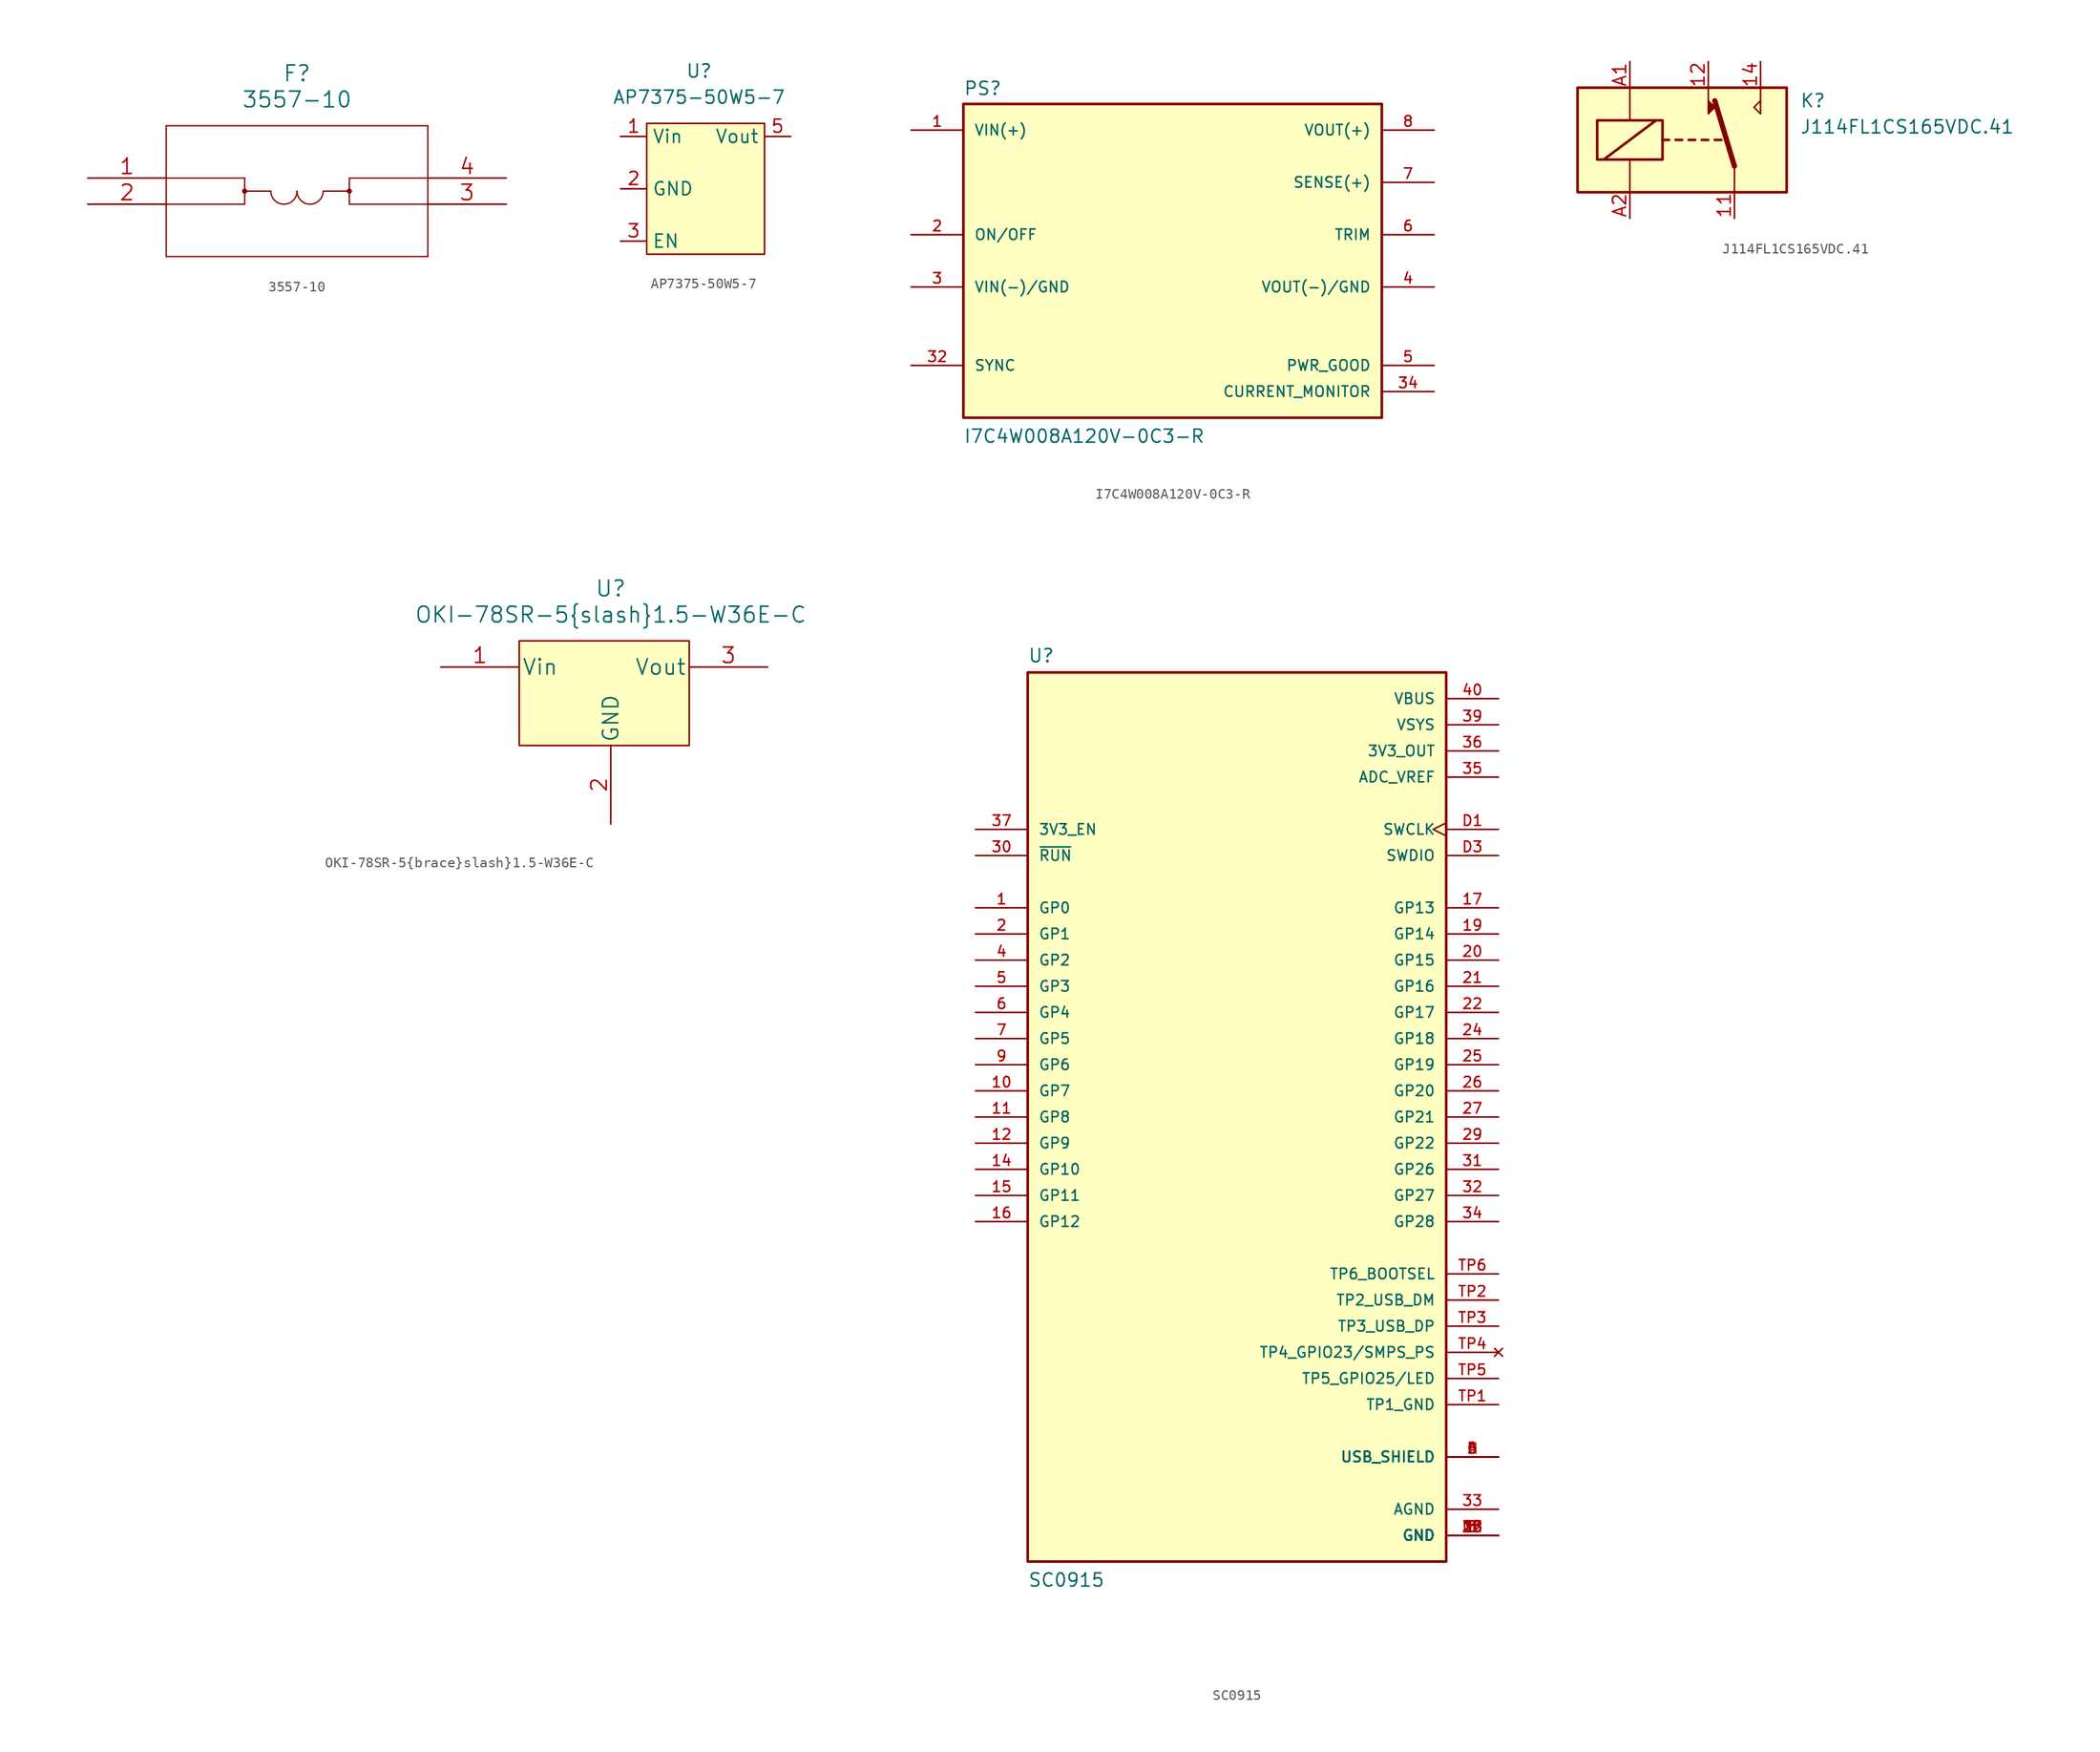
<source format=kicad_sym>
(kicad_symbol_lib
  (version 20211014)
  (generator kicad_symbol_editor)
  (symbol "3557-10"
    (pin_names
      (offset 0.254) hide)
    (property "Reference" "F"
      (at 20.32 10.16 0)
      (effects (font (size 1.524 1.524))))
    (property "Value" "3557-10"
      (at 20.32 7.62 0)
      (effects (font (size 1.524 1.524))))
    (property "Datasheet" ""
      (at 0 0 0)
      (effects (font (size 1.524 1.524))))
    (property "ki_locked" ""
      (at 0 0 0)
      (effects (font (size 1.27 1.27))))
    (symbol "3557-10_1_1"
      (polyline (pts (xy 7.62 -7.62) (xy 33.02 -7.62)) (stroke (width 0.127) (type default) (color 0 0 0 0)) (fill (type none)))
      (polyline (pts (xy 7.62 -2.54) (xy 15.24 -2.54)) (stroke (width 0.127) (type default) (color 0 0 0 0)) (fill (type none)))
      (polyline (pts (xy 7.62 0) (xy 15.24 0)) (stroke (width 0.127) (type default) (color 0 0 0 0)) (fill (type none)))
      (polyline (pts (xy 7.62 5.08) (xy 7.62 -7.62)) (stroke (width 0.127) (type default) (color 0 0 0 0)) (fill (type none)))
      (polyline (pts (xy 15.24 -1.27) (xy 17.78 -1.27)) (stroke (width 0.127) (type default) (color 0 0 0 0)) (fill (type none)))
      (polyline (pts (xy 15.24 0) (xy 15.24 -2.54)) (stroke (width 0.127) (type default) (color 0 0 0 0)) (fill (type none)))
      (polyline (pts (xy 22.86 -1.27) (xy 25.4 -1.27)) (stroke (width 0.127) (type default) (color 0 0 0 0)) (fill (type none)))
      (polyline (pts (xy 25.4 -2.54) (xy 25.4 0)) (stroke (width 0.127) (type default) (color 0 0 0 0)) (fill (type none)))
      (polyline (pts (xy 25.4 0) (xy 33.02 0)) (stroke (width 0.127) (type default) (color 0 0 0 0)) (fill (type none)))
      (polyline (pts (xy 33.02 -7.62) (xy 33.02 5.08)) (stroke (width 0.127) (type default) (color 0 0 0 0)) (fill (type none)))
      (polyline (pts (xy 33.02 -2.54) (xy 25.4 -2.54)) (stroke (width 0.127) (type default) (color 0 0 0 0)) (fill (type none)))
      (polyline (pts (xy 33.02 5.08) (xy 7.62 5.08)) (stroke (width 0.127) (type default) (color 0 0 0 0)) (fill (type none)))
      (arc (start 15.24 -1.397) (mid 15.24 -1.143) (end 15.24 -1.397) (stroke (width 0.254) (type default) (color 0 0 0 0)) (fill (type none)))
      (circle (center 15.24 -1.27) (radius 0.127) (stroke (width 0.254) (type default) (color 0 0 0 0)) (fill (type none)))
      (arc (start 17.78 -1.27) (mid 19.05 -2.54) (end 20.32 -1.27) (stroke (width 0.127) (type default) (color 0 0 0 0)) (fill (type none)))
      (arc (start 20.32 -1.27) (mid 21.59 -2.54) (end 22.86 -1.27) (stroke (width 0.127) (type default) (color 0 0 0 0)) (fill (type none)))
      (circle (center 25.4 -1.27) (radius 0.127) (stroke (width 0.254) (type default) (color 0 0 0 0)) (fill (type none)))
      (arc (start 25.4 -1.143) (mid 25.4 -1.397) (end 25.4 -1.143) (stroke (width 0.254) (type default) (color 0 0 0 0)) (fill (type none)))
      (pin unspecified line (at 0 0 0) (length 7.62) (name "1" (effects (font (size 1.499 1.499)))) (number "1" (effects (font (size 1.499 1.499)))))
      (pin unspecified line (at 0 -2.54 0) (length 7.62) (name "2" (effects (font (size 1.499 1.499)))) (number "2" (effects (font (size 1.499 1.499)))))
      (pin unspecified line (at 40.64 -2.54 180) (length 7.62) (name "3" (effects (font (size 1.499 1.499)))) (number "3" (effects (font (size 1.499 1.499)))))
      (pin unspecified line (at 40.64 0 180) (length 7.62) (name "4" (effects (font (size 1.499 1.499)))) (number "4" (effects (font (size 1.499 1.499)))))))
  (symbol "AP7375-50W5-7"
    (property "Reference" "U"
      (at 0 10.16 0)
      (effects (font (size 1.27 1.27))))
    (property "Value" "AP7375-50W5-7"
      (at 0 7.62 0)
      (effects (font (size 1.27 1.27))))
    (symbol "AP7375-50W5-7_0_1"
      (rectangle (start -5.08 5.08) (end 6.35 -7.62) (stroke (width 0) (type default) (color 0 0 0 0)) (fill (type background))))
    (symbol "AP7375-50W5-7_1_1"
      (pin input line (at -7.62 3.81 0) (length 2.54) (name "Vin" (effects (font (size 1.27 1.27)))) (number "1" (effects (font (size 1.27 1.27)))))
      (pin passive line (at -7.62 -1.27 0) (length 2.54) (name "GND" (effects (font (size 1.27 1.27)))) (number "2" (effects (font (size 1.27 1.27)))))
      (pin input line (at -7.62 -6.35 0) (length 2.54) (name "EN" (effects (font (size 1.27 1.27)))) (number "3" (effects (font (size 1.27 1.27)))))
      (pin output line (at 8.89 3.81 180) (length 2.54) (name "Vout" (effects (font (size 1.27 1.27)))) (number "5" (effects (font (size 1.27 1.27)))))))
  (symbol "I7C4W008A120V-0C3-R"
    (pin_names
      (offset 1.016))
    (property "Reference" "PS"
      (at -20.32 16.002 0)
      (effects (font (size 1.27 1.27)) (justify left bottom)))
    (property "Value" "I7C4W008A120V-0C3-R"
      (at -20.32 -17.78 0)
      (effects (font (size 1.27 1.27)) (justify left bottom)))
    (property "ki_locked" ""
      (at 0 0 0)
      (effects (font (size 1.27 1.27))))
    (symbol "I7C4W008A120V-0C3-R_0_0"
      (rectangle (start -20.32 -15.24) (end 20.32 15.24) (stroke (width 0.254) (type default) (color 0 0 0 0)) (fill (type background)))
      (pin input line (at -25.4 12.7 0) (length 5.08) (name "VIN(+)" (effects (font (size 1.016 1.016)))) (number "1" (effects (font (size 1.016 1.016)))))
      (pin input line (at -25.4 2.54 0) (length 5.08) (name "ON/OFF" (effects (font (size 1.016 1.016)))) (number "2" (effects (font (size 1.016 1.016)))))
      (pin passive line (at -25.4 -2.54 0) (length 5.08) (name "VIN(-)/GND" (effects (font (size 1.016 1.016)))) (number "3" (effects (font (size 1.016 1.016)))))
      (pin passive line (at -25.4 -10.16 0) (length 5.08) (name "SYNC" (effects (font (size 1.016 1.016)))) (number "32" (effects (font (size 1.016 1.016)))))
      (pin passive line (at 25.4 -12.7 180) (length 5.08) (name "CURRENT_MONITOR" (effects (font (size 1.016 1.016)))) (number "34" (effects (font (size 1.016 1.016)))))
      (pin passive line (at 25.4 -2.54 180) (length 5.08) (name "VOUT(-)/GND" (effects (font (size 1.016 1.016)))) (number "4" (effects (font (size 1.016 1.016)))))
      (pin passive line (at 25.4 -10.16 180) (length 5.08) (name "PWR_GOOD" (effects (font (size 1.016 1.016)))) (number "5" (effects (font (size 1.016 1.016)))))
      (pin passive line (at 25.4 2.54 180) (length 5.08) (name "TRIM" (effects (font (size 1.016 1.016)))) (number "6" (effects (font (size 1.016 1.016)))))
      (pin passive line (at 25.4 7.62 180) (length 5.08) (name "SENSE(+)" (effects (font (size 1.016 1.016)))) (number "7" (effects (font (size 1.016 1.016)))))
      (pin output line (at 25.4 12.7 180) (length 5.08) (name "VOUT(+)" (effects (font (size 1.016 1.016)))) (number "8" (effects (font (size 1.016 1.016)))))))
  (symbol "J114FL1CS165VDC.41"
    (property "Reference" "K"
      (at 11.43 3.81 0)
      (effects (font (size 1.27 1.27)) (justify left)))
    (property "Value" "J114FL1CS165VDC.41"
      (at 11.43 1.27 0)
      (effects (font (size 1.27 1.27)) (justify left)))
    (symbol "J114FL1CS165VDC.41_0_0"
      (polyline (pts (xy -2.54 1.905) (xy -7.62 -1.905)) (stroke (width 0.254) (type default) (color 0 0 0 0)) (fill (type none))))
    (symbol "J114FL1CS165VDC.41_0_1"
      (rectangle (start -10.16 5.08) (end 10.16 -5.08) (stroke (width 0.254) (type default) (color 0 0 0 0)) (fill (type background)))
      (rectangle (start -8.255 1.905) (end -1.905 -1.905) (stroke (width 0.254) (type default) (color 0 0 0 0)) (fill (type none)))
      (polyline (pts (xy -5.08 -5.08) (xy -5.08 -1.905)) (stroke (width 0) (type default) (color 0 0 0 0)) (fill (type none)))
      (polyline (pts (xy -5.08 5.08) (xy -5.08 1.905)) (stroke (width 0) (type default) (color 0 0 0 0)) (fill (type none)))
      (polyline (pts (xy -1.905 0) (xy -1.27 0)) (stroke (width 0.254) (type default) (color 0 0 0 0)) (fill (type none)))
      (polyline (pts (xy -0.635 0) (xy 0 0)) (stroke (width 0.254) (type default) (color 0 0 0 0)) (fill (type none)))
      (polyline (pts (xy 0.635 0) (xy 1.27 0)) (stroke (width 0.254) (type default) (color 0 0 0 0)) (fill (type none)))
      (polyline (pts (xy 1.905 0) (xy 2.54 0)) (stroke (width 0.254) (type default) (color 0 0 0 0)) (fill (type none)))
      (polyline (pts (xy 3.175 0) (xy 3.81 0)) (stroke (width 0.254) (type default) (color 0 0 0 0)) (fill (type none)))
      (polyline (pts (xy 5.08 -2.54) (xy 3.175 3.81)) (stroke (width 0.508) (type default) (color 0 0 0 0)) (fill (type none)))
      (polyline (pts (xy 5.08 -2.54) (xy 5.08 -5.08)) (stroke (width 0) (type default) (color 0 0 0 0)) (fill (type none)))
      (polyline (pts (xy 2.54 5.08) (xy 2.54 2.54) (xy 3.175 3.175) (xy 2.54 3.81)) (stroke (width 0) (type default) (color 0 0 0 0)) (fill (type outline)))
      (polyline (pts (xy 7.62 5.08) (xy 7.62 2.54) (xy 6.985 3.175) (xy 7.62 3.81)) (stroke (width 0) (type default) (color 0 0 0 0)) (fill (type none))))
    (symbol "J114FL1CS165VDC.41_1_1"
      (pin passive line (at 5.08 -7.62 90) (length 2.54) (name "~" (effects (font (size 1.27 1.27)))) (number "11" (effects (font (size 1.27 1.27)))))
      (pin passive line (at 2.54 7.62 270) (length 2.54) (name "~" (effects (font (size 1.27 1.27)))) (number "12" (effects (font (size 1.27 1.27)))))
      (pin passive line (at 7.62 7.62 270) (length 2.54) (name "~" (effects (font (size 1.27 1.27)))) (number "14" (effects (font (size 1.27 1.27)))))
      (pin passive line (at -5.08 7.62 270) (length 2.54) (name "~" (effects (font (size 1.27 1.27)))) (number "A1" (effects (font (size 1.27 1.27)))))
      (pin passive line (at -5.08 -7.62 90) (length 2.54) (name "~" (effects (font (size 1.27 1.27)))) (number "A2" (effects (font (size 1.27 1.27)))))))
  (symbol "OKI-78SR-5{brace}slash}1.5-W36E-C"
    (pin_names
      (offset 0.254))
    (property "Reference" "U"
      (at 48.26 7.62 0)
      (effects (font (size 1.524 1.524))))
    (property "Value" "OKI-78SR-5{brace}slash}1.5-W36E-C"
      (at 48.26 5.08 0)
      (effects (font (size 1.524 1.524))))
    (property "Datasheet" ""
      (at 0 0 0)
      (effects (font (size 1.524 1.524))))
    (symbol "OKI-78SR-5{brace}slash}1.5-W36E-C_0_1"
      (rectangle (start 39.37 2.54) (end 55.88 -7.62) (stroke (width 0) (type default) (color 0 0 0 0)) (fill (type background))))
    (symbol "OKI-78SR-5{brace}slash}1.5-W36E-C_1_1"
      (pin input line (at 31.75 0 0) (length 7.62) (name "Vin" (effects (font (size 1.499 1.499)))) (number "1" (effects (font (size 1.499 1.499)))))
      (pin power_in line (at 48.26 -15.24 90) (length 7.62) (name "GND" (effects (font (size 1.499 1.499)))) (number "2" (effects (font (size 1.499 1.499)))))
      (pin output line (at 63.5 0 180) (length 7.62) (name "Vout" (effects (font (size 1.499 1.499)))) (number "3" (effects (font (size 1.499 1.499)))))))
  (symbol "SC0915"
    (pin_names
      (offset 1.016))
    (property "Reference" "U"
      (at -20.32 44.069 0)
      (effects (font (size 1.27 1.27)) (justify left bottom)))
    (property "Value" "SC0915"
      (at -20.32 -45.72 0)
      (effects (font (size 1.27 1.27)) (justify left bottom)))
    (symbol "SC0915_0_0"
      (rectangle (start -20.32 -43.18) (end 20.32 43.18) (stroke (width 0.254) (type default) (color 0 0 0 0)) (fill (type background)))
      (pin bidirectional line (at -25.4 20.32 0) (length 5.08) (name "GP0" (effects (font (size 1.016 1.016)))) (number "1" (effects (font (size 1.016 1.016)))))
      (pin bidirectional line (at -25.4 2.54 0) (length 5.08) (name "GP7" (effects (font (size 1.016 1.016)))) (number "10" (effects (font (size 1.016 1.016)))))
      (pin bidirectional line (at -25.4 0 0) (length 5.08) (name "GP8" (effects (font (size 1.016 1.016)))) (number "11" (effects (font (size 1.016 1.016)))))
      (pin bidirectional line (at -25.4 -2.54 0) (length 5.08) (name "GP9" (effects (font (size 1.016 1.016)))) (number "12" (effects (font (size 1.016 1.016)))))
      (pin power_in line (at 25.4 -40.64 180) (length 5.08) (name "GND" (effects (font (size 1.016 1.016)))) (number "13" (effects (font (size 1.016 1.016)))))
      (pin bidirectional line (at -25.4 -5.08 0) (length 5.08) (name "GP10" (effects (font (size 1.016 1.016)))) (number "14" (effects (font (size 1.016 1.016)))))
      (pin bidirectional line (at -25.4 -7.62 0) (length 5.08) (name "GP11" (effects (font (size 1.016 1.016)))) (number "15" (effects (font (size 1.016 1.016)))))
      (pin bidirectional line (at -25.4 -10.16 0) (length 5.08) (name "GP12" (effects (font (size 1.016 1.016)))) (number "16" (effects (font (size 1.016 1.016)))))
      (pin bidirectional line (at 25.4 20.32 180) (length 5.08) (name "GP13" (effects (font (size 1.016 1.016)))) (number "17" (effects (font (size 1.016 1.016)))))
      (pin power_in line (at 25.4 -40.64 180) (length 5.08) (name "GND" (effects (font (size 1.016 1.016)))) (number "18" (effects (font (size 1.016 1.016)))))
      (pin bidirectional line (at 25.4 17.78 180) (length 5.08) (name "GP14" (effects (font (size 1.016 1.016)))) (number "19" (effects (font (size 1.016 1.016)))))
      (pin bidirectional line (at -25.4 17.78 0) (length 5.08) (name "GP1" (effects (font (size 1.016 1.016)))) (number "2" (effects (font (size 1.016 1.016)))))
      (pin bidirectional line (at 25.4 15.24 180) (length 5.08) (name "GP15" (effects (font (size 1.016 1.016)))) (number "20" (effects (font (size 1.016 1.016)))))
      (pin bidirectional line (at 25.4 12.7 180) (length 5.08) (name "GP16" (effects (font (size 1.016 1.016)))) (number "21" (effects (font (size 1.016 1.016)))))
      (pin bidirectional line (at 25.4 10.16 180) (length 5.08) (name "GP17" (effects (font (size 1.016 1.016)))) (number "22" (effects (font (size 1.016 1.016)))))
      (pin power_in line (at 25.4 -40.64 180) (length 5.08) (name "GND" (effects (font (size 1.016 1.016)))) (number "23" (effects (font (size 1.016 1.016)))))
      (pin bidirectional line (at 25.4 7.62 180) (length 5.08) (name "GP18" (effects (font (size 1.016 1.016)))) (number "24" (effects (font (size 1.016 1.016)))))
      (pin bidirectional line (at 25.4 5.08 180) (length 5.08) (name "GP19" (effects (font (size 1.016 1.016)))) (number "25" (effects (font (size 1.016 1.016)))))
      (pin bidirectional line (at 25.4 2.54 180) (length 5.08) (name "GP20" (effects (font (size 1.016 1.016)))) (number "26" (effects (font (size 1.016 1.016)))))
      (pin bidirectional line (at 25.4 0 180) (length 5.08) (name "GP21" (effects (font (size 1.016 1.016)))) (number "27" (effects (font (size 1.016 1.016)))))
      (pin power_in line (at 25.4 -40.64 180) (length 5.08) (name "GND" (effects (font (size 1.016 1.016)))) (number "28" (effects (font (size 1.016 1.016)))))
      (pin bidirectional line (at 25.4 -2.54 180) (length 5.08) (name "GP22" (effects (font (size 1.016 1.016)))) (number "29" (effects (font (size 1.016 1.016)))))
      (pin power_in line (at 25.4 -40.64 180) (length 5.08) (name "GND" (effects (font (size 1.016 1.016)))) (number "3" (effects (font (size 1.016 1.016)))))
      (pin input line (at -25.4 25.4 0) (length 5.08) (name "~{RUN}" (effects (font (size 1.016 1.016)))) (number "30" (effects (font (size 1.016 1.016)))))
      (pin bidirectional line (at 25.4 -5.08 180) (length 5.08) (name "GP26" (effects (font (size 1.016 1.016)))) (number "31" (effects (font (size 1.016 1.016)))))
      (pin bidirectional line (at 25.4 -7.62 180) (length 5.08) (name "GP27" (effects (font (size 1.016 1.016)))) (number "32" (effects (font (size 1.016 1.016)))))
      (pin power_in line (at 25.4 -38.1 180) (length 5.08) (name "AGND" (effects (font (size 1.016 1.016)))) (number "33" (effects (font (size 1.016 1.016)))))
      (pin bidirectional line (at 25.4 -10.16 180) (length 5.08) (name "GP28" (effects (font (size 1.016 1.016)))) (number "34" (effects (font (size 1.016 1.016)))))
      (pin power_in line (at 25.4 33.02 180) (length 5.08) (name "ADC_VREF" (effects (font (size 1.016 1.016)))) (number "35" (effects (font (size 1.016 1.016)))))
      (pin power_in line (at 25.4 35.56 180) (length 5.08) (name "3V3_OUT" (effects (font (size 1.016 1.016)))) (number "36" (effects (font (size 1.016 1.016)))))
      (pin input line (at -25.4 27.94 0) (length 5.08) (name "3V3_EN" (effects (font (size 1.016 1.016)))) (number "37" (effects (font (size 1.016 1.016)))))
      (pin power_in line (at 25.4 -40.64 180) (length 5.08) (name "GND" (effects (font (size 1.016 1.016)))) (number "38" (effects (font (size 1.016 1.016)))))
      (pin power_in line (at 25.4 38.1 180) (length 5.08) (name "VSYS" (effects (font (size 1.016 1.016)))) (number "39" (effects (font (size 1.016 1.016)))))
      (pin bidirectional line (at -25.4 15.24 0) (length 5.08) (name "GP2" (effects (font (size 1.016 1.016)))) (number "4" (effects (font (size 1.016 1.016)))))
      (pin power_in line (at 25.4 40.64 180) (length 5.08) (name "VBUS" (effects (font (size 1.016 1.016)))) (number "40" (effects (font (size 1.016 1.016)))))
      (pin bidirectional line (at -25.4 12.7 0) (length 5.08) (name "GP3" (effects (font (size 1.016 1.016)))) (number "5" (effects (font (size 1.016 1.016)))))
      (pin bidirectional line (at -25.4 10.16 0) (length 5.08) (name "GP4" (effects (font (size 1.016 1.016)))) (number "6" (effects (font (size 1.016 1.016)))))
      (pin bidirectional line (at -25.4 7.62 0) (length 5.08) (name "GP5" (effects (font (size 1.016 1.016)))) (number "7" (effects (font (size 1.016 1.016)))))
      (pin power_in line (at 25.4 -40.64 180) (length 5.08) (name "GND" (effects (font (size 1.016 1.016)))) (number "8" (effects (font (size 1.016 1.016)))))
      (pin bidirectional line (at -25.4 5.08 0) (length 5.08) (name "GP6" (effects (font (size 1.016 1.016)))) (number "9" (effects (font (size 1.016 1.016)))))
      (pin power_in line (at 25.4 -33.02 180) (length 5.08) (name "USB_SHIELD" (effects (font (size 1.016 1.016)))) (number "A" (effects (font (size 1.016 1.016)))))
      (pin power_in line (at 25.4 -33.02 180) (length 5.08) (name "USB_SHIELD" (effects (font (size 1.016 1.016)))) (number "B" (effects (font (size 1.016 1.016)))))
      (pin power_in line (at 25.4 -33.02 180) (length 5.08) (name "USB_SHIELD" (effects (font (size 1.016 1.016)))) (number "C" (effects (font (size 1.016 1.016)))))
      (pin power_in line (at 25.4 -33.02 180) (length 5.08) (name "USB_SHIELD" (effects (font (size 1.016 1.016)))) (number "D" (effects (font (size 1.016 1.016)))))
      (pin input clock (at 25.4 27.94 180) (length 5.08) (name "SWCLK" (effects (font (size 1.016 1.016)))) (number "D1" (effects (font (size 1.016 1.016)))))
      (pin power_in line (at 25.4 -40.64 180) (length 5.08) (name "GND" (effects (font (size 1.016 1.016)))) (number "D2" (effects (font (size 1.016 1.016)))))
      (pin bidirectional line (at 25.4 25.4 180) (length 5.08) (name "SWDIO" (effects (font (size 1.016 1.016)))) (number "D3" (effects (font (size 1.016 1.016)))))
      (pin power_in line (at 25.4 -27.94 180) (length 5.08) (name "TP1_GND" (effects (font (size 1.016 1.016)))) (number "TP1" (effects (font (size 1.016 1.016)))))
      (pin bidirectional line (at 25.4 -17.78 180) (length 5.08) (name "TP2_USB_DM" (effects (font (size 1.016 1.016)))) (number "TP2" (effects (font (size 1.016 1.016)))))
      (pin bidirectional line (at 25.4 -20.32 180) (length 5.08) (name "TP3_USB_DP" (effects (font (size 1.016 1.016)))) (number "TP3" (effects (font (size 1.016 1.016)))))
      (pin no_connect line (at 25.4 -22.86 180) (length 5.08) (name "TP4_GPIO23/SMPS_PS" (effects (font (size 1.016 1.016)))) (number "TP4" (effects (font (size 1.016 1.016)))))
      (pin output line (at 25.4 -25.4 180) (length 5.08) (name "TP5_GPIO25/LED" (effects (font (size 1.016 1.016)))) (number "TP5" (effects (font (size 1.016 1.016)))))
      (pin input line (at 25.4 -15.24 180) (length 5.08) (name "TP6_BOOTSEL" (effects (font (size 1.016 1.016)))) (number "TP6" (effects (font (size 1.016 1.016))))))))
</source>
